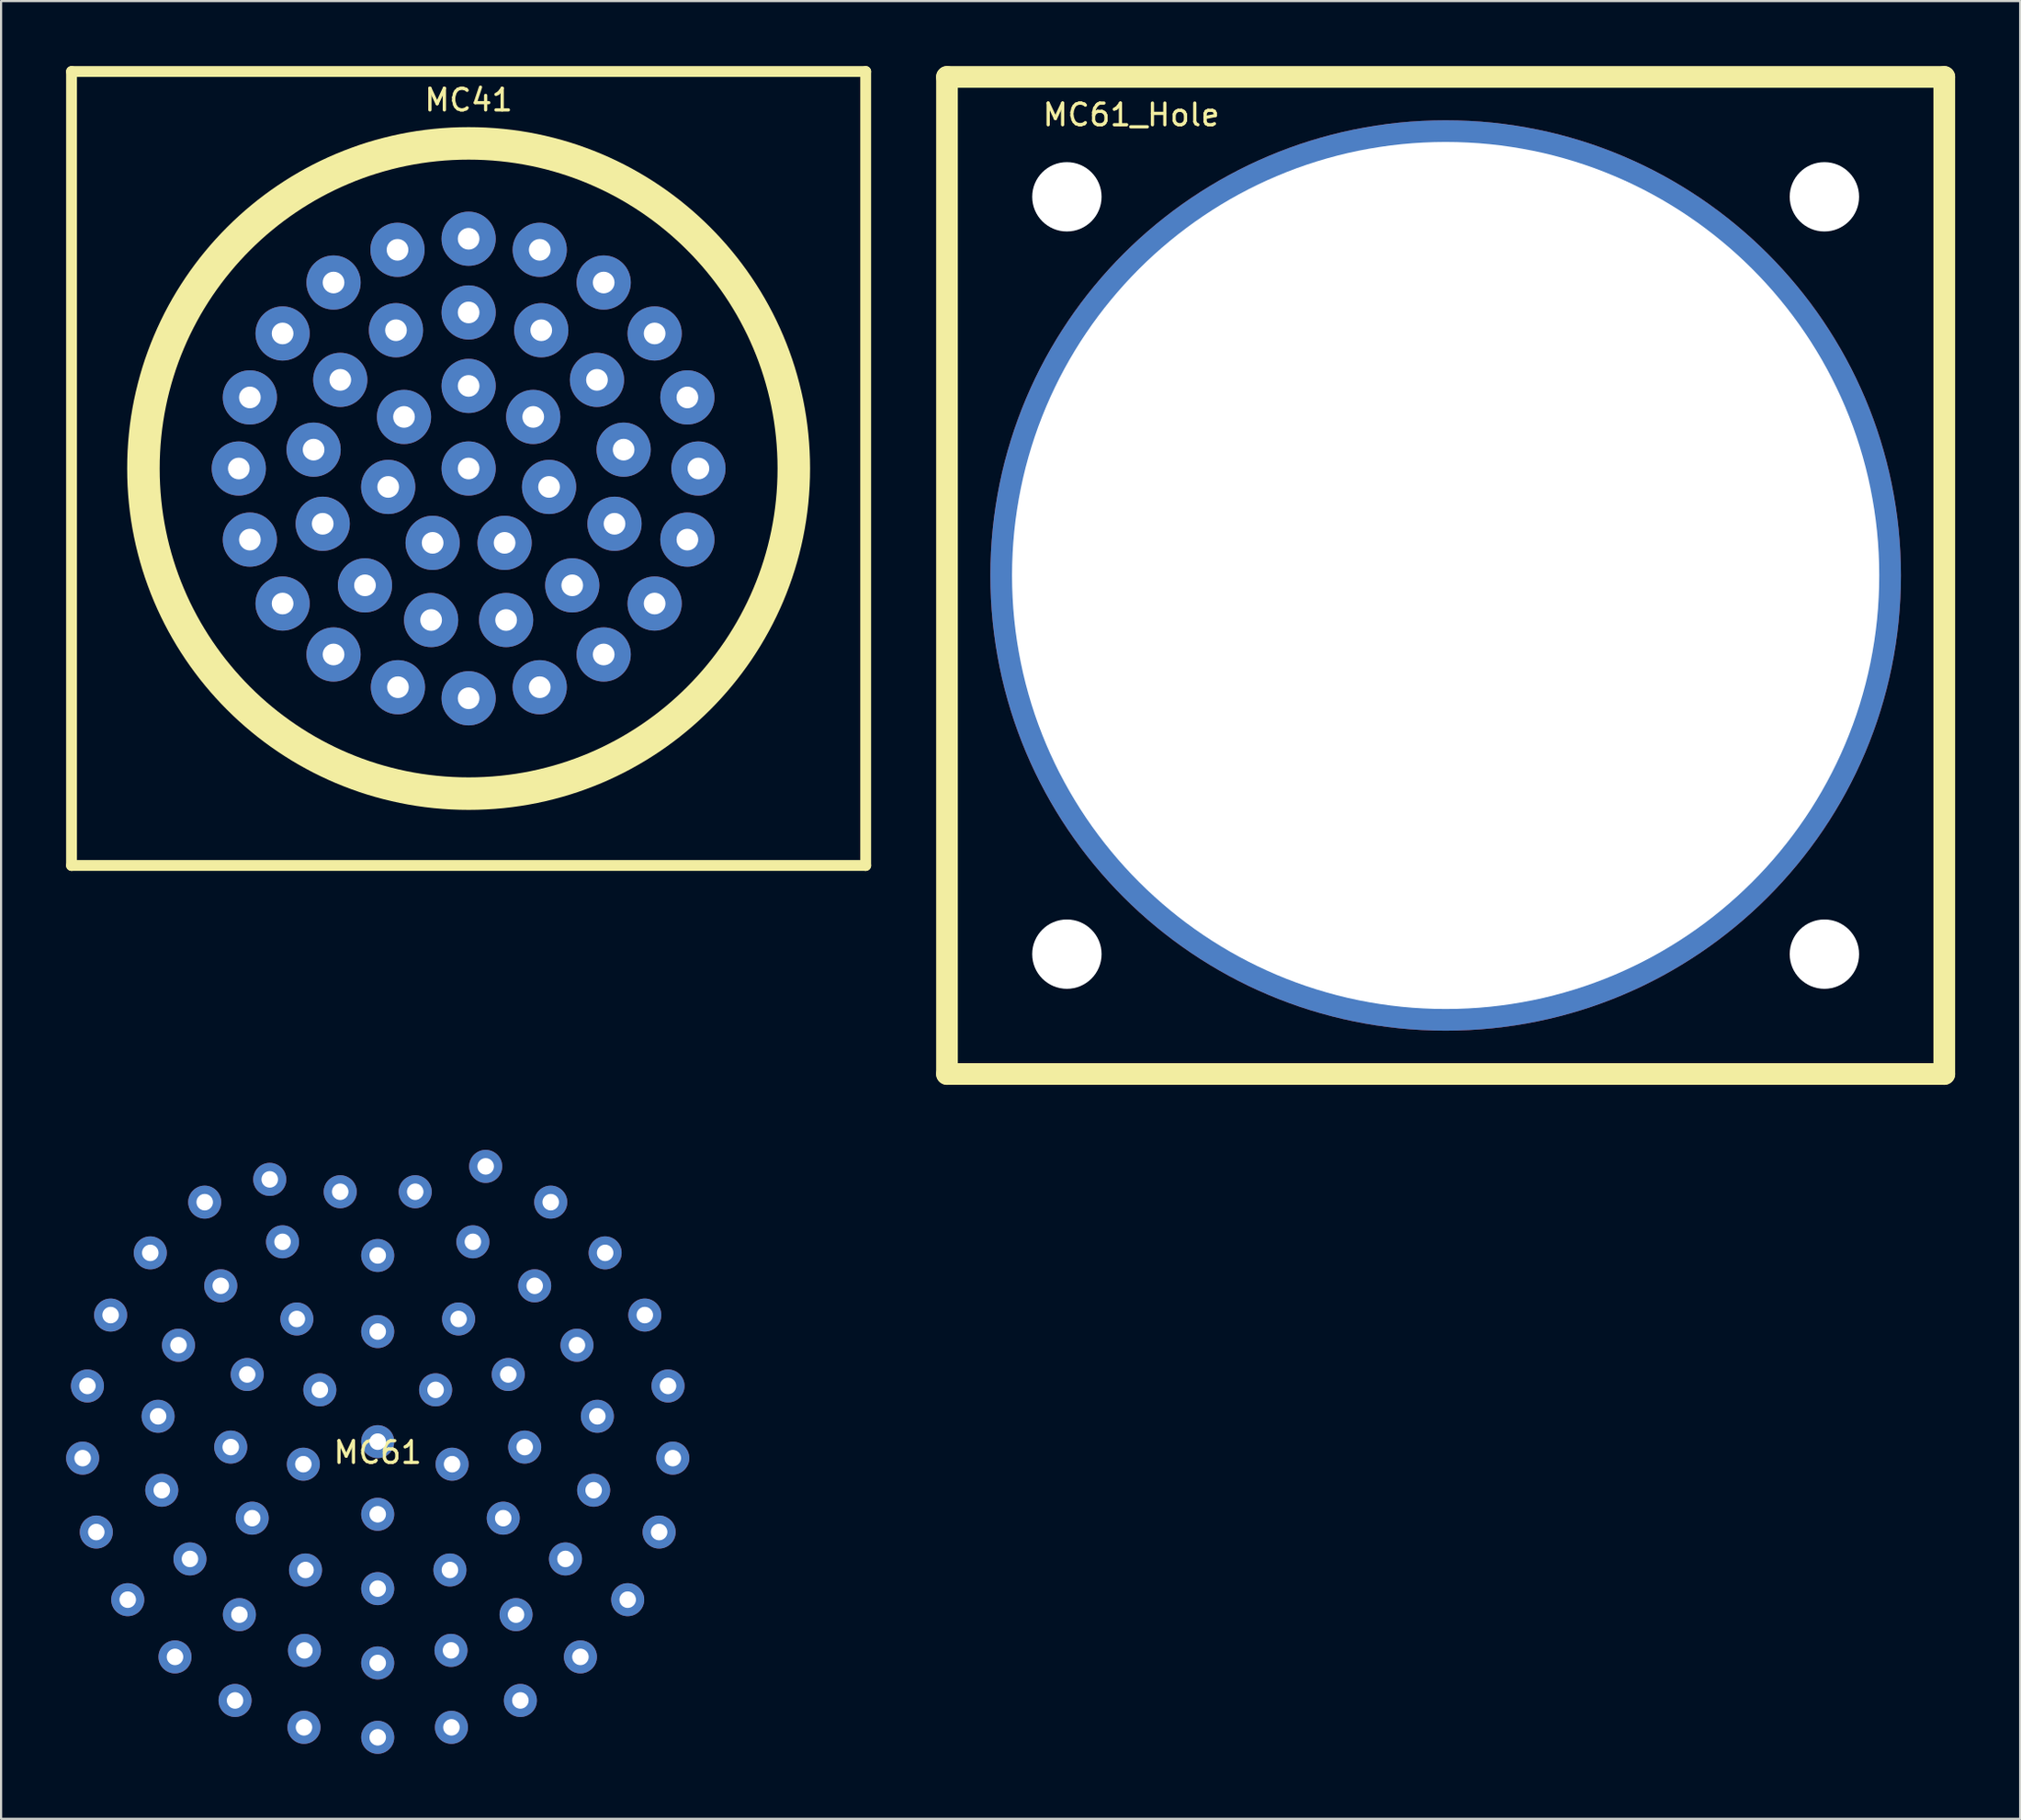
<source format=kicad_pcb>
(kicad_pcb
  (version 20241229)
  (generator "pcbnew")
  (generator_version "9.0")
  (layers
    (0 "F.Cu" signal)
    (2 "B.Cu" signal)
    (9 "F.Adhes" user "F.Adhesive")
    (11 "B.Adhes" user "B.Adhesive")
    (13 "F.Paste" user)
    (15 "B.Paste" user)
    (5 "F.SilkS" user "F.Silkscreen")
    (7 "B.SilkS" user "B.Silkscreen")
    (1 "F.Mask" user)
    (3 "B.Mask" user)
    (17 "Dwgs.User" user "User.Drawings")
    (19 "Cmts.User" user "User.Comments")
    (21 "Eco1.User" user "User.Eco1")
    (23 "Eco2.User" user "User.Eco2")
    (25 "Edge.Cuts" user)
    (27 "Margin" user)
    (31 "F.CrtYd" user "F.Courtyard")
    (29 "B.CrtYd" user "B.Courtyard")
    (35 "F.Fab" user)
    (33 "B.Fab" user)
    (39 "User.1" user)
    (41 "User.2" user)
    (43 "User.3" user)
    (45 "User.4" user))
  (footprint "MC61_Hole"
    (layer "F.Cu")
    (at 63.63 23.5)
    (property "Reference" "MC61_Hole" (at -14.5 -21.25 0) (layer "F.SilkS") (effects (font (size 1 1) (thickness 0.15))))
    (attr through_hole exclude_from_bom)
    (fp_line (start -23 -23) (end 23 -23) (stroke (width 1) (type solid)) (layer "F.SilkS"))
    (fp_line (start -23 23) (end -23 -23) (stroke (width 1) (type solid)) (layer "F.SilkS"))
    (fp_line (start 23 -23) (end 23 23) (stroke (width 1) (type solid)) (layer "F.SilkS"))
    (fp_line (start 23 23) (end -23 23) (stroke (width 1) (type solid)) (layer "F.SilkS"))
    (pad "" np_thru_hole circle (at -17.47 -17.47) (size 3.2 3.2) (drill 3.2) (layers "*.Cu" "*.Mask"))
    (pad "" np_thru_hole circle (at -17.47 17.47) (size 3.2 3.2) (drill 3.2) (layers "*.Cu" "*.Mask"))
    (pad "" np_thru_hole circle (at 0 0) (size 42 42) (drill 40) (layers "*.Cu" "*.Mask"))
    (pad "" np_thru_hole circle (at 17.47 -17.47) (size 3.2 3.2) (drill 3.2) (layers "*.Cu" "*.Mask"))
    (pad "" np_thru_hole circle (at 17.47 17.47) (size 3.2 3.2) (drill 3.2) (layers "*.Cu" "*.Mask")))
  (footprint "MC41"
    (layer "F.Cu")
    (at 18.565 18.565)
    (property "Reference" "MC41" (at 0 -17 0) (layer "F.SilkS") (effects (font (size 1 1) (thickness 0.15))))
    (attr through_hole)
    (fp_line (start -18.315 -18.315) (end -18.315 18.315) (stroke (width 0.5) (type solid)) (layer "F.SilkS"))
    (fp_line (start -18.315 -18.315) (end 18.315 -18.315) (stroke (width 0.5) (type solid)) (layer "F.SilkS"))
    (fp_line (start 18.315 18.315) (end -18.315 18.315) (stroke (width 0.5) (type solid)) (layer "F.SilkS"))
    (fp_line (start 18.315 18.315) (end 18.315 -18.315) (stroke (width 0.5) (type solid)) (layer "F.SilkS"))
    (fp_circle (center 0 0) (end 15 0) (stroke (width 1.5) (type solid)) (fill no) (layer "F.SilkS"))
    (pad "A" thru_hole circle (at 0 -10.6) (size 2.5 2.5) (drill 1) (layers "*.Cu" "*.Mask"))
    (pad "B" thru_hole circle (at 3.28 -10.09) (size 2.5 2.5) (drill 1) (layers "*.Cu" "*.Mask"))
    (pad "C" thru_hole circle (at 6.23 -8.58) (size 2.5 2.5) (drill 1) (layers "*.Cu" "*.Mask"))
    (pad "D" thru_hole circle (at 8.58 -6.23) (size 2.5 2.5) (drill 1) (layers "*.Cu" "*.Mask"))
    (pad "E" thru_hole circle (at 10.09 -3.28) (size 2.5 2.5) (drill 1) (layers "*.Cu" "*.Mask"))
    (pad "F" thru_hole circle (at 10.6 0) (size 2.5 2.5) (drill 1) (layers "*.Cu" "*.Mask"))
    (pad "G" thru_hole circle (at 10.09 3.28) (size 2.5 2.5) (drill 1) (layers "*.Cu" "*.Mask"))
    (pad "H" thru_hole circle (at 8.58 6.23) (size 2.5 2.5) (drill 1) (layers "*.Cu" "*.Mask"))
    (pad "J" thru_hole circle (at 6.23 8.58) (size 2.5 2.5) (drill 1) (layers "*.Cu" "*.Mask"))
    (pad "K" thru_hole circle (at 3.28 10.09) (size 2.5 2.5) (drill 1) (layers "*.Cu" "*.Mask"))
    (pad "L" thru_hole circle (at 0 10.6) (size 2.5 2.5) (drill 1) (layers "*.Cu" "*.Mask"))
    (pad "M" thru_hole circle (at -3.26 10.09) (size 2.5 2.5) (drill 1) (layers "*.Cu" "*.Mask"))
    (pad "N" thru_hole circle (at -6.23 8.58) (size 2.5 2.5) (drill 1) (layers "*.Cu" "*.Mask"))
    (pad "P" thru_hole circle (at -8.58 6.23) (size 2.5 2.5) (drill 1) (layers "*.Cu" "*.Mask"))
    (pad "R" thru_hole circle (at -10.09 3.28) (size 2.5 2.5) (drill 1) (layers "*.Cu" "*.Mask"))
    (pad "S" thru_hole circle (at -10.6 0) (size 2.5 2.5) (drill 1) (layers "*.Cu" "*.Mask"))
    (pad "T" thru_hole circle (at -10.09 -3.28) (size 2.5 2.5) (drill 1) (layers "*.Cu" "*.Mask"))
    (pad "U" thru_hole circle (at -8.58 -6.23) (size 2.5 2.5) (drill 1) (layers "*.Cu" "*.Mask"))
    (pad "V" thru_hole circle (at -6.23 -8.58) (size 2.5 2.5) (drill 1) (layers "*.Cu" "*.Mask"))
    (pad "W" thru_hole circle (at -3.28 -10.09) (size 2.5 2.5) (drill 1) (layers "*.Cu" "*.Mask"))
    (pad "X" thru_hole circle (at 0 -7.2) (size 2.5 2.5) (drill 1) (layers "*.Cu" "*.Mask"))
    (pad "Y" thru_hole circle (at 3.35 -6.38) (size 2.5 2.5) (drill 1) (layers "*.Cu" "*.Mask"))
    (pad "Z" thru_hole circle (at 5.92 -4.09) (size 2.5 2.5) (drill 1) (layers "*.Cu" "*.Mask"))
    (pad "~{a}" thru_hole circle (at 7.15 -0.87) (size 2.5 2.5) (drill 1) (layers "*.Cu" "*.Mask"))
    (pad "~{b}" thru_hole circle (at 6.73 2.55) (size 2.5 2.5) (drill 1) (layers "*.Cu" "*.Mask"))
    (pad "~{c}" thru_hole circle (at 4.78 5.39) (size 2.5 2.5) (drill 1) (layers "*.Cu" "*.Mask"))
    (pad "~{d}" thru_hole circle (at 1.73 6.99) (size 2.5 2.5) (drill 1) (layers "*.Cu" "*.Mask"))
    (pad "~{e}" thru_hole circle (at -1.73 6.99) (size 2.5 2.5) (drill 1) (layers "*.Cu" "*.Mask"))
    (pad "~{f}" thru_hole circle (at -4.78 5.39) (size 2.5 2.5) (drill 1) (layers "*.Cu" "*.Mask"))
    (pad "~{g}" thru_hole circle (at -6.73 2.55) (size 2.5 2.5) (drill 1) (layers "*.Cu" "*.Mask"))
    (pad "~{h}" thru_hole circle (at -7.15 -0.87) (size 2.5 2.5) (drill 1) (layers "*.Cu" "*.Mask"))
    (pad "~{i}" thru_hole circle (at -5.92 -4.09) (size 2.5 2.5) (drill 1) (layers "*.Cu" "*.Mask"))
    (pad "~{j}" thru_hole circle (at -3.35 -6.38) (size 2.5 2.5) (drill 1) (layers "*.Cu" "*.Mask"))
    (pad "~{k}" thru_hole circle (at 0 -3.81) (size 2.5 2.5) (drill 1) (layers "*.Cu" "*.Mask"))
    (pad "~{m}" thru_hole circle (at 2.98 -2.38) (size 2.5 2.5) (drill 1) (layers "*.Cu" "*.Mask"))
    (pad "~{n}" thru_hole circle (at 3.71 0.85) (size 2.5 2.5) (drill 1) (layers "*.Cu" "*.Mask"))
    (pad "~{p}" thru_hole circle (at 1.66 3.43) (size 2.5 2.5) (drill 1) (layers "*.Cu" "*.Mask"))
    (pad "~{q}" thru_hole circle (at -1.66 3.43) (size 2.5 2.5) (drill 1) (layers "*.Cu" "*.Mask"))
    (pad "~{r}" thru_hole circle (at -3.71 0.85) (size 2.5 2.5) (drill 1) (layers "*.Cu" "*.Mask"))
    (pad "~{s}" thru_hole circle (at -2.98 -2.38) (size 2.5 2.5) (drill 1) (layers "*.Cu" "*.Mask"))
    (pad "~{t}" thru_hole circle (at 0 0) (size 2.5 2.5) (drill 1) (layers "*.Cu" "*.Mask")))
  (footprint "MC61"
    (layer "F.Cu")
    (at 14.372 63.462)
    (property "Reference" "MC61" (at 0 0.5 0) (layer "F.SilkS") (effects (font (size 1 1) (thickness 0.15))))
    (attr through_hole)
    (pad "A" thru_hole circle (at 4.98 -12.7) (size 1.524 1.524) (drill 0.762) (layers "*.Cu" "*.Mask"))
    (pad "AA" thru_hole circle (at 3.33 5.92) (size 1.524 1.524) (drill 0.762) (layers "*.Cu" "*.Mask"))
    (pad "B" thru_hole circle (at 7.98 -11.05) (size 1.524 1.524) (drill 0.762) (layers "*.Cu" "*.Mask"))
    (pad "BB" thru_hole circle (at 0 6.78) (size 1.524 1.524) (drill 0.762) (layers "*.Cu" "*.Mask"))
    (pad "C" thru_hole circle (at 10.49 -8.71) (size 1.524 1.524) (drill 0.762) (layers "*.Cu" "*.Mask"))
    (pad "CC" thru_hole circle (at -3.33 5.92) (size 1.524 1.524) (drill 0.762) (layers "*.Cu" "*.Mask"))
    (pad "D" thru_hole circle (at 12.32 -5.84) (size 1.524 1.524) (drill 0.762) (layers "*.Cu" "*.Mask"))
    (pad "DD" thru_hole circle (at -5.79 3.53) (size 1.524 1.524) (drill 0.762) (layers "*.Cu" "*.Mask"))
    (pad "E" thru_hole circle (at 13.39 -2.57) (size 1.524 1.524) (drill 0.762) (layers "*.Cu" "*.Mask"))
    (pad "EE" thru_hole circle (at -6.78 0.25) (size 1.524 1.524) (drill 0.762) (layers "*.Cu" "*.Mask"))
    (pad "F" thru_hole circle (at 13.61 0.76) (size 1.524 1.524) (drill 0.762) (layers "*.Cu" "*.Mask"))
    (pad "FF" thru_hole circle (at -6.02 -3.1) (size 1.524 1.524) (drill 0.762) (layers "*.Cu" "*.Mask"))
    (pad "G" thru_hole circle (at 12.98 4.17) (size 1.524 1.524) (drill 0.762) (layers "*.Cu" "*.Mask"))
    (pad "GG" thru_hole circle (at -3.73 -5.66) (size 1.524 1.524) (drill 0.762) (layers "*.Cu" "*.Mask"))
    (pad "H" thru_hole circle (at 11.53 7.29) (size 1.524 1.524) (drill 0.762) (layers "*.Cu" "*.Mask"))
    (pad "HH" thru_hole circle (at 0 -5.08) (size 1.524 1.524) (drill 0.762) (layers "*.Cu" "*.Mask"))
    (pad "J" thru_hole circle (at 9.35 9.93) (size 1.524 1.524) (drill 0.762) (layers "*.Cu" "*.Mask"))
    (pad "JJ" thru_hole circle (at 2.67 -2.39) (size 1.524 1.524) (drill 0.762) (layers "*.Cu" "*.Mask"))
    (pad "K" thru_hole circle (at 6.58 11.94) (size 1.524 1.524) (drill 0.762) (layers "*.Cu" "*.Mask"))
    (pad "KK" thru_hole circle (at 3.43 1.04) (size 1.524 1.524) (drill 0.762) (layers "*.Cu" "*.Mask"))
    (pad "L" thru_hole circle (at 3.4 13.18) (size 1.524 1.524) (drill 0.762) (layers "*.Cu" "*.Mask"))
    (pad "LL" thru_hole circle (at 0 3.35) (size 1.524 1.524) (drill 0.762) (layers "*.Cu" "*.Mask"))
    (pad "M" thru_hole circle (at 0 13.64) (size 1.524 1.524) (drill 0.762) (layers "*.Cu" "*.Mask"))
    (pad "MM" thru_hole circle (at -3.43 1.04) (size 1.524 1.524) (drill 0.762) (layers "*.Cu" "*.Mask"))
    (pad "N" thru_hole circle (at -3.4 13.18) (size 1.524 1.524) (drill 0.762) (layers "*.Cu" "*.Mask"))
    (pad "NN" thru_hole circle (at -2.67 -2.39) (size 1.524 1.524) (drill 0.762) (layers "*.Cu" "*.Mask"))
    (pad "P" thru_hole circle (at -6.58 11.94) (size 1.524 1.524) (drill 0.762) (layers "*.Cu" "*.Mask"))
    (pad "PP" thru_hole circle (at 0 0) (size 1.524 1.524) (drill 0.762) (layers "*.Cu" "*.Mask"))
    (pad "R" thru_hole circle (at -9.35 9.93) (size 1.524 1.524) (drill 0.762) (layers "*.Cu" "*.Mask"))
    (pad "S" thru_hole circle (at -11.53 7.29) (size 1.524 1.524) (drill 0.762) (layers "*.Cu" "*.Mask"))
    (pad "T" thru_hole circle (at -12.98 4.17) (size 1.524 1.524) (drill 0.762) (layers "*.Cu" "*.Mask"))
    (pad "U" thru_hole circle (at -13.61 0.76) (size 1.524 1.524) (drill 0.762) (layers "*.Cu" "*.Mask"))
    (pad "V" thru_hole circle (at -13.39 -2.57) (size 1.524 1.524) (drill 0.762) (layers "*.Cu" "*.Mask"))
    (pad "W" thru_hole circle (at -12.32 -5.84) (size 1.524 1.524) (drill 0.762) (layers "*.Cu" "*.Mask"))
    (pad "X" thru_hole circle (at -10.49 -8.71) (size 1.524 1.524) (drill 0.762) (layers "*.Cu" "*.Mask"))
    (pad "Y" thru_hole circle (at -7.98 -11.05) (size 1.524 1.524) (drill 0.762) (layers "*.Cu" "*.Mask"))
    (pad "Z" thru_hole circle (at -4.98 -12.1) (size 1.524 1.524) (drill 0.762) (layers "*.Cu" "*.Mask"))
    (pad "~a~" thru_hole circle (at -1.73 -11.53) (size 1.524 1.524) (drill 0.762) (layers "*.Cu" "*.Mask"))
    (pad "~b~" thru_hole circle (at 1.73 -11.53) (size 1.524 1.524) (drill 0.762) (layers "*.Cu" "*.Mask"))
    (pad "~c~" thru_hole circle (at 4.39 -9.22) (size 1.524 1.524) (drill 0.762) (layers "*.Cu" "*.Mask"))
    (pad "~d~" thru_hole circle (at 7.24 -7.19) (size 1.524 1.524) (drill 0.762) (layers "*.Cu" "*.Mask"))
    (pad "~e~" thru_hole circle (at 9.19 -4.45) (size 1.524 1.524) (drill 0.762) (layers "*.Cu" "*.Mask"))
    (pad "~f~" thru_hole circle (at 10.13 -1.17) (size 1.524 1.524) (drill 0.762) (layers "*.Cu" "*.Mask"))
    (pad "~g~" thru_hole circle (at 9.96 2.24) (size 1.524 1.524) (drill 0.762) (layers "*.Cu" "*.Mask"))
    (pad "~h~" thru_hole circle (at 8.66 5.41) (size 1.524 1.524) (drill 0.762) (layers "*.Cu" "*.Mask"))
    (pad "~i~" thru_hole circle (at 6.38 7.98) (size 1.524 1.524) (drill 0.762) (layers "*.Cu" "*.Mask"))
    (pad "~j~" thru_hole circle (at 3.38 9.63) (size 1.524 1.524) (drill 0.762) (layers "*.Cu" "*.Mask"))
    (pad "~k~" thru_hole circle (at 0 10.21) (size 1.524 1.524) (drill 0.762) (layers "*.Cu" "*.Mask"))
    (pad "~m~" thru_hole circle (at -3.38 9.63) (size 1.524 1.524) (drill 0.762) (layers "*.Cu" "*.Mask"))
    (pad "~n~" thru_hole circle (at -6.38 7.98) (size 1.524 1.524) (drill 0.762) (layers "*.Cu" "*.Mask"))
    (pad "~p~" thru_hole circle (at -8.66 5.41) (size 1.524 1.524) (drill 0.762) (layers "*.Cu" "*.Mask"))
    (pad "~q~" thru_hole circle (at -9.96 2.24) (size 1.524 1.524) (drill 0.762) (layers "*.Cu" "*.Mask"))
    (pad "~r~" thru_hole circle (at -10.13 -1.17) (size 1.524 1.524) (drill 0.762) (layers "*.Cu" "*.Mask"))
    (pad "~s~" thru_hole circle (at -9.19 -4.45) (size 1.524 1.524) (drill 0.762) (layers "*.Cu" "*.Mask"))
    (pad "~t~" thru_hole circle (at -7.24 -7.19) (size 1.524 1.524) (drill 0.762) (layers "*.Cu" "*.Mask"))
    (pad "~u~" thru_hole circle (at -4.39 -9.22) (size 1.524 1.524) (drill 0.762) (layers "*.Cu" "*.Mask"))
    (pad "~v~" thru_hole circle (at 0 -8.59) (size 1.524 1.524) (drill 0.762) (layers "*.Cu" "*.Mask"))
    (pad "~w~" thru_hole circle (at 3.73 -5.66) (size 1.524 1.524) (drill 0.762) (layers "*.Cu" "*.Mask"))
    (pad "~x~" thru_hole circle (at 6.02 -3.1) (size 1.524 1.524) (drill 0.762) (layers "*.Cu" "*.Mask"))
    (pad "~y~" thru_hole circle (at 6.78 0.25) (size 1.524 1.524) (drill 0.762) (layers "*.Cu" "*.Mask"))
    (pad "~z~" thru_hole circle (at 5.79 3.53) (size 1.524 1.524) (drill 0.762) (layers "*.Cu" "*.Mask")))
  (gr_rect
    (start -3 -3)
    (end 90.13 80.864)
    (stroke (width 0.1) (type default))
    (fill no)
    (layer "Edge.Cuts")))
</source>
